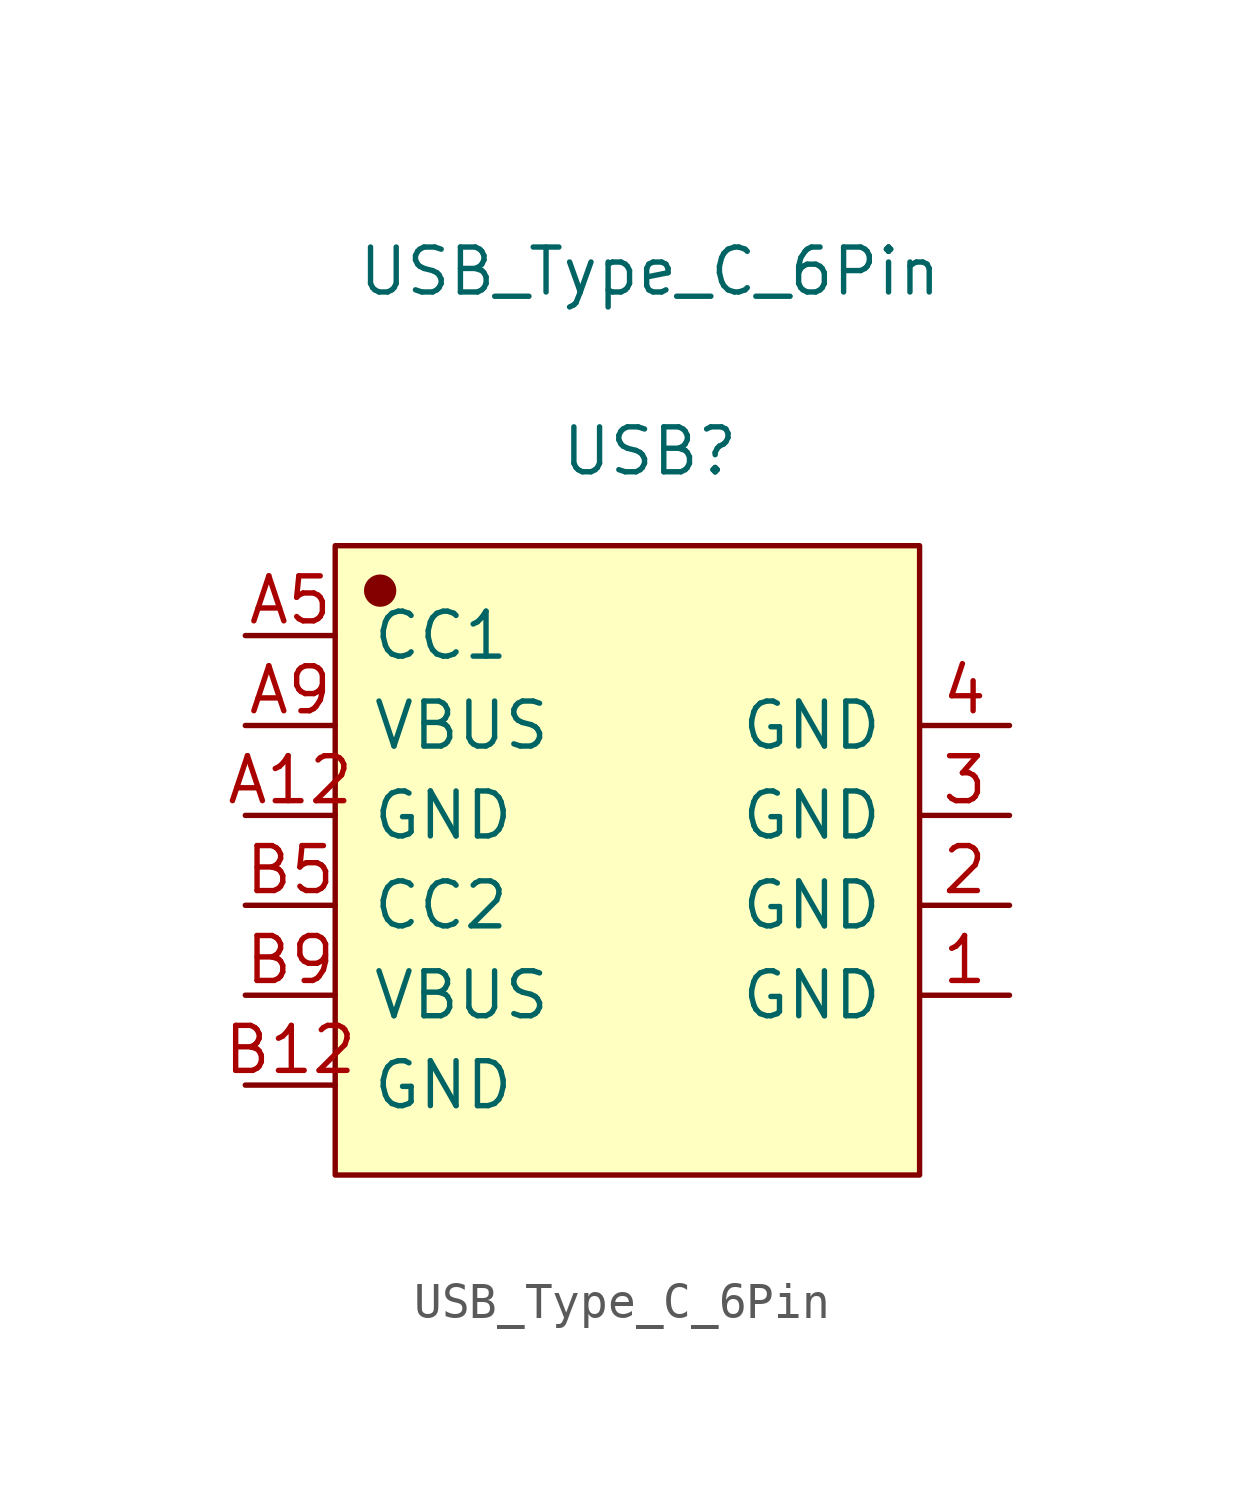
<source format=kicad_sym>
(kicad_symbol_lib
  (version 20211014)
  (generator kicad_symbol_editor)
  (symbol "USB_Type_C_6Pin"
    (pin_names
      (offset 1.016))
    (property "Reference" "USB"
      (at 0 11.557 0)
      (effects (font (size 1.27 1.27))))
    (property "Value" "USB_Type_C_6Pin"
      (at 0 16.637 0)
      (effects (font (size 1.27 1.27))))
    (symbol "USB_Type_C_6Pin_1_1"
      (rectangle (start -8.89 8.89) (end 7.62 -8.89) (stroke (width 0.152) (type default) (color 0 0 0 0)) (fill (type background)))
      (circle (center -7.62 7.62) (radius 0.381) (stroke (width 0.152) (type default) (color 0 0 0 0)) (fill (type outline)))
      (pin input line (at 10.16 -3.81 180) (length 2.54) (name "GND" (effects (font (size 1.27 1.27)))) (number "1" (effects (font (size 1.27 1.27)))))
      (pin input line (at 10.16 -1.27 180) (length 2.54) (name "GND" (effects (font (size 1.27 1.27)))) (number "2" (effects (font (size 1.27 1.27)))))
      (pin input line (at 10.16 1.27 180) (length 2.54) (name "GND" (effects (font (size 1.27 1.27)))) (number "3" (effects (font (size 1.27 1.27)))))
      (pin input line (at 10.16 3.81 180) (length 2.54) (name "GND" (effects (font (size 1.27 1.27)))) (number "4" (effects (font (size 1.27 1.27)))))
      (pin input line (at -11.43 1.27 0) (length 2.54) (name "GND" (effects (font (size 1.27 1.27)))) (number "A12" (effects (font (size 1.27 1.27)))))
      (pin input line (at -11.43 6.35 0) (length 2.54) (name "CC1" (effects (font (size 1.27 1.27)))) (number "A5" (effects (font (size 1.27 1.27)))))
      (pin input line (at -11.43 3.81 0) (length 2.54) (name "VBUS" (effects (font (size 1.27 1.27)))) (number "A9" (effects (font (size 1.27 1.27)))))
      (pin input line (at -11.43 -6.35 0) (length 2.54) (name "GND" (effects (font (size 1.27 1.27)))) (number "B12" (effects (font (size 1.27 1.27)))))
      (pin input line (at -11.43 -1.27 0) (length 2.54) (name "CC2" (effects (font (size 1.27 1.27)))) (number "B5" (effects (font (size 1.27 1.27)))))
      (pin input line (at -11.43 -3.81 0) (length 2.54) (name "VBUS" (effects (font (size 1.27 1.27)))) (number "B9" (effects (font (size 1.27 1.27))))))))
</source>
